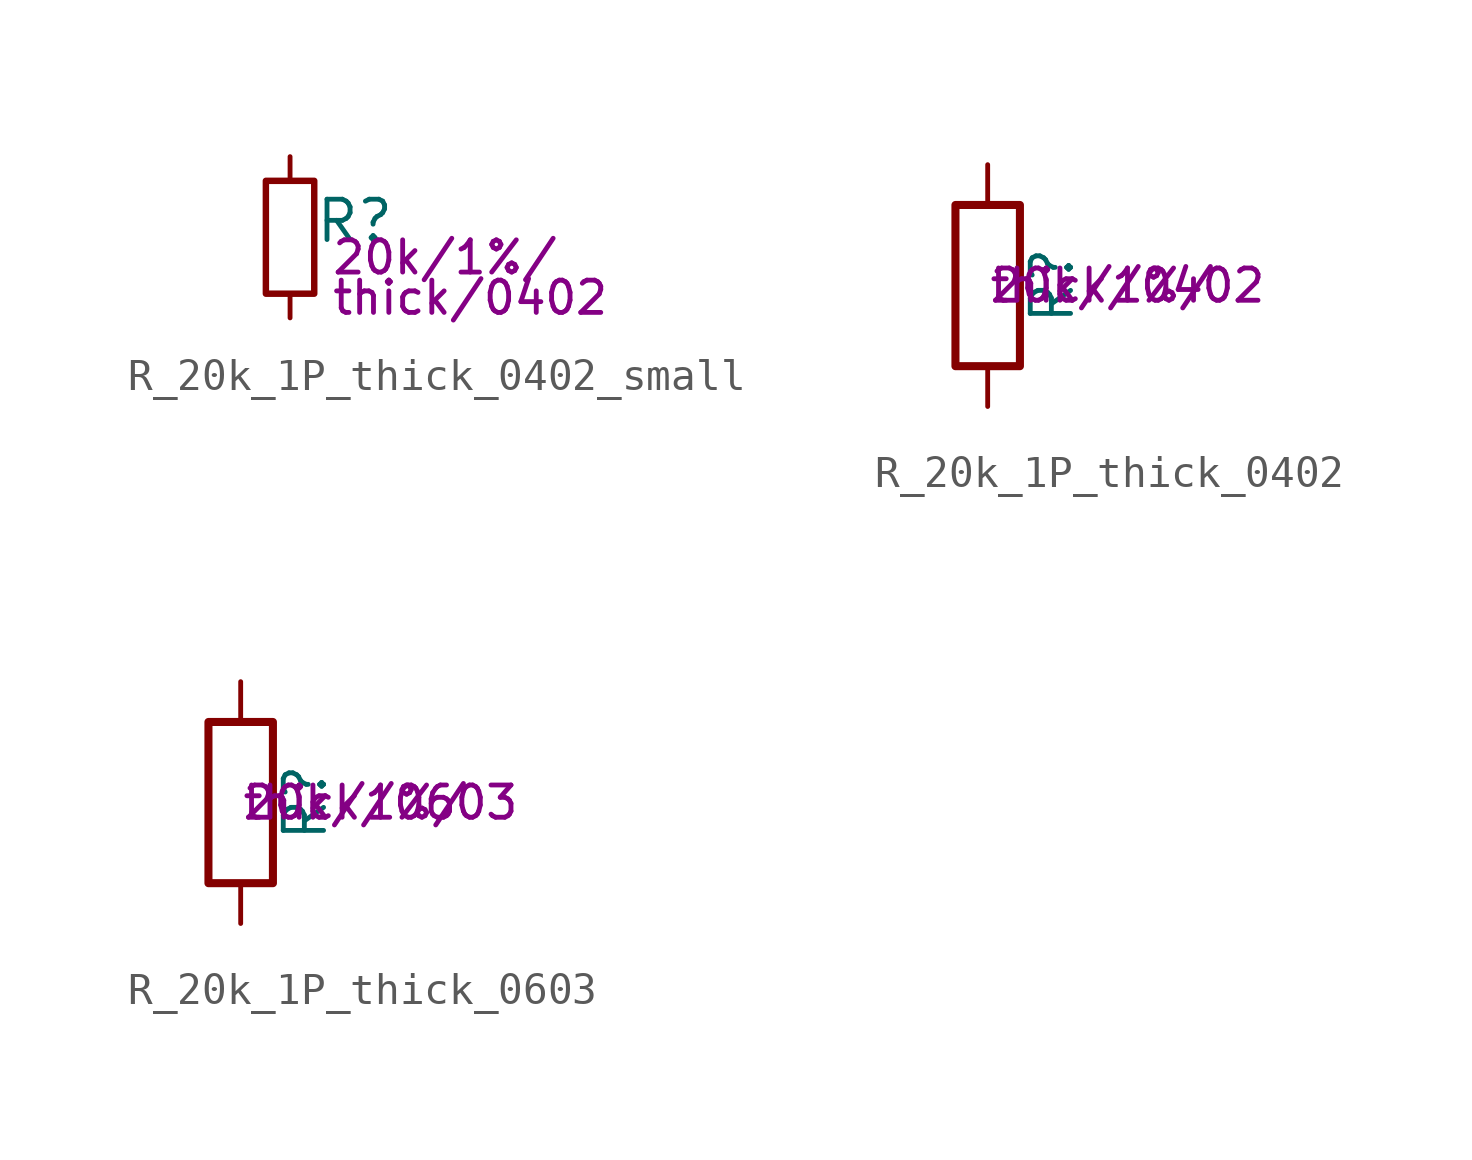
<source format=kicad_sym>
(kicad_symbol_lib
  (version 20211014)
  (generator kicad_symbol_editor)
  (symbol "R_20k_1P_thick_0402_small"
    (pin_numbers hide)
    (pin_names
      (offset 0.254) hide)
    (property "Reference" "R"
      (at 0.762 0.508 0)
      (effects (font (size 1.27 1.27)) (justify left)))
    (property "Params" "20k/1%/"
      (at 1.27 -0.635 0)
      (effects (font (size 1.016 1.016)) (justify left)))
    (property "Params2" "thick/0402"
      (at 1.27 -1.905 0)
      (effects (font (size 1.016 1.016)) (justify left)))
    (symbol "R_20k_1P_thick_0402_small_0_1"
      (rectangle (start -0.762 1.778) (end 0.762 -1.778) (stroke (width 0.203) (type default) (color 0 0 0 0)) (fill (type none))))
    (symbol "R_20k_1P_thick_0402_small_1_1"
      (pin passive line (at 0 2.54 270) (length 0.762) (name "~" (effects (font (size 1.27 1.27)))) (number "1" (effects (font (size 1.27 1.27)))))
      (pin passive line (at 0 -2.54 90) (length 0.762) (name "~" (effects (font (size 1.27 1.27)))) (number "2" (effects (font (size 1.27 1.27)))))))
  (symbol "R_20k_1P_thick_0402"
    (pin_numbers hide)
    (pin_names
      (offset 0))
    (property "Reference" "R"
      (at 2.032 0 90)
      (effects (font (size 1.27 1.27))))
    (property "Params" "20k/1%/"
      (at 0 0 0)
      (effects (font (size 1.016 1.016)) (justify left)))
    (property "Params2" "thick/0402"
      (at 0 0 0)
      (effects (font (size 1.016 1.016)) (justify left)))
    (symbol "R_20k_1P_thick_0402_0_1"
      (rectangle (start -1.016 -2.54) (end 1.016 2.54) (stroke (width 0.254) (type default) (color 0 0 0 0)) (fill (type none))))
    (symbol "R_20k_1P_thick_0402_1_1"
      (pin passive line (at 0 3.81 270) (length 1.27) (name "~" (effects (font (size 1.27 1.27)))) (number "1" (effects (font (size 1.27 1.27)))))
      (pin passive line (at 0 -3.81 90) (length 1.27) (name "~" (effects (font (size 1.27 1.27)))) (number "2" (effects (font (size 1.27 1.27)))))))
  (symbol "R_20k_1P_thick_0603"
    (pin_numbers hide)
    (pin_names
      (offset 0))
    (property "Reference" "R"
      (at 2.032 0 90)
      (effects (font (size 1.27 1.27))))
    (property "Params" "20k/1%/"
      (at 0 0 0)
      (effects (font (size 1.016 1.016)) (justify left)))
    (property "Params2" "thick/0603"
      (at 0 0 0)
      (effects (font (size 1.016 1.016)) (justify left)))
    (symbol "R_20k_1P_thick_0603_0_1"
      (rectangle (start -1.016 -2.54) (end 1.016 2.54) (stroke (width 0.254) (type default) (color 0 0 0 0)) (fill (type none))))
    (symbol "R_20k_1P_thick_0603_1_1"
      (pin passive line (at 0 3.81 270) (length 1.27) (name "~" (effects (font (size 1.27 1.27)))) (number "1" (effects (font (size 1.27 1.27)))))
      (pin passive line (at 0 -3.81 90) (length 1.27) (name "~" (effects (font (size 1.27 1.27)))) (number "2" (effects (font (size 1.27 1.27))))))))
</source>
